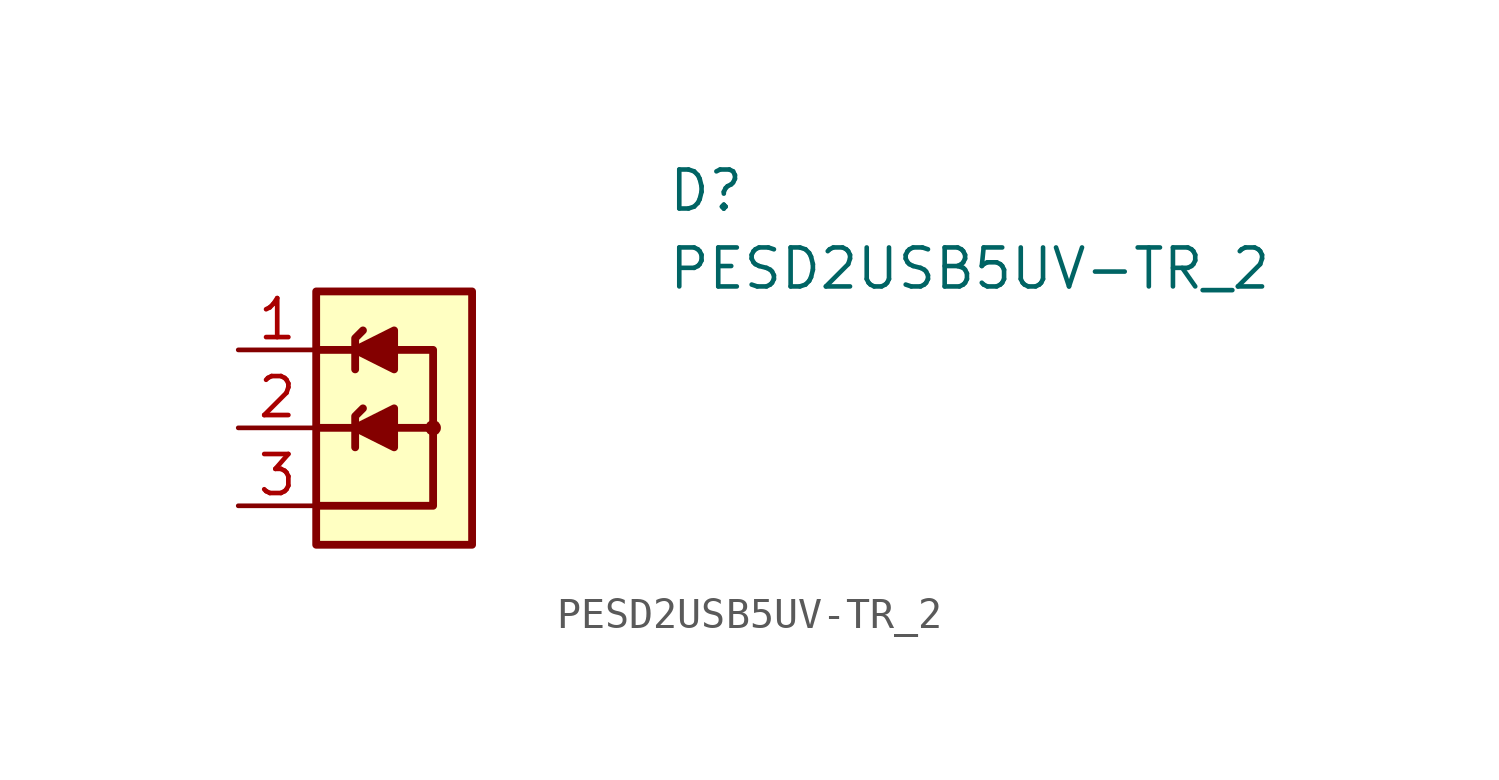
<source format=kicad_sym>
(kicad_symbol_lib
  (version 20231120)
  (generator "kicad_symbol_editor")
  (generator_version "8.0")
  (symbol "PESD2USB5UV-TR_2"
    (pin_names hide)
    (property "Reference" "D"
      (at 13.97 4.445 0)
      (effects (font (size 1.27 1.27) (thickness 0.15)) (justify left bottom)))
    (property "Value" "PESD2USB5UV-TR_2"
      (at 13.97 1.905 0)
      (effects (font (size 1.27 1.27) (thickness 0.15)) (justify left bottom)))
    (symbol "PESD2USB5UV-TR_2_0_1"
      (polyline (pts (xy 3.81 -2.54) (xy 2.54 -2.54)) (stroke (width 0.254) (type default)) (fill (type none)))
      (polyline (pts (xy 3.81 0) (xy 2.54 0)) (stroke (width 0.254) (type default)) (fill (type none)))
      (polyline (pts (xy 5.08 -2.54) (xy 6.35 -2.54)) (stroke (width 0.254) (type default)) (fill (type none)))
      (polyline (pts (xy 2.54 -5.08) (xy 6.35 -5.08) (xy 6.35 0) (xy 5.08 0)) (stroke (width 0.254) (type default)) (fill (type none))))
    (symbol "PESD2USB5UV-TR_2_1_1"
      (polyline (pts (xy 3.81 -3.175) (xy 3.81 -2.921) (xy 3.81 -2.159) (xy 4.064 -1.905)) (stroke (width 0.254) (type default)) (fill (type background)))
      (polyline (pts (xy 3.81 -0.635) (xy 3.81 -0.381) (xy 3.81 0.381) (xy 4.064 0.635)) (stroke (width 0.254) (type default)) (fill (type background)))
      (polyline (pts (xy 5.08 -3.175) (xy 5.08 -1.905) (xy 3.81 -2.54) (xy 5.08 -3.175)) (stroke (width 0.254) (type default)) (fill (type outline)))
      (polyline (pts (xy 5.08 -0.635) (xy 5.08 0.635) (xy 3.81 0) (xy 5.08 -0.635)) (stroke (width 0.254) (type default)) (fill (type outline)))
      (rectangle (start 2.54 1.905) (end 7.62 -6.35) (stroke (width 0.254) (type default)) (fill (type background)))
      (circle (center 6.35 -2.54) (radius 0.127) (stroke (width 0.254) (type default)) (fill (type background)))
      (pin passive line (at 0 0 0) (length 2.54) (name "1" (effects (font (size 1.27 1.27)))) (number "1" (effects (font (size 1.27 1.27)))))
      (pin passive line (at 0 -2.54 0) (length 2.54) (name "2" (effects (font (size 1.27 1.27)))) (number "2" (effects (font (size 1.27 1.27)))))
      (pin passive line (at 0 -5.08 0) (length 2.54) (name "3" (effects (font (size 1.27 1.27)))) (number "3" (effects (font (size 1.27 1.27))))))))
</source>
